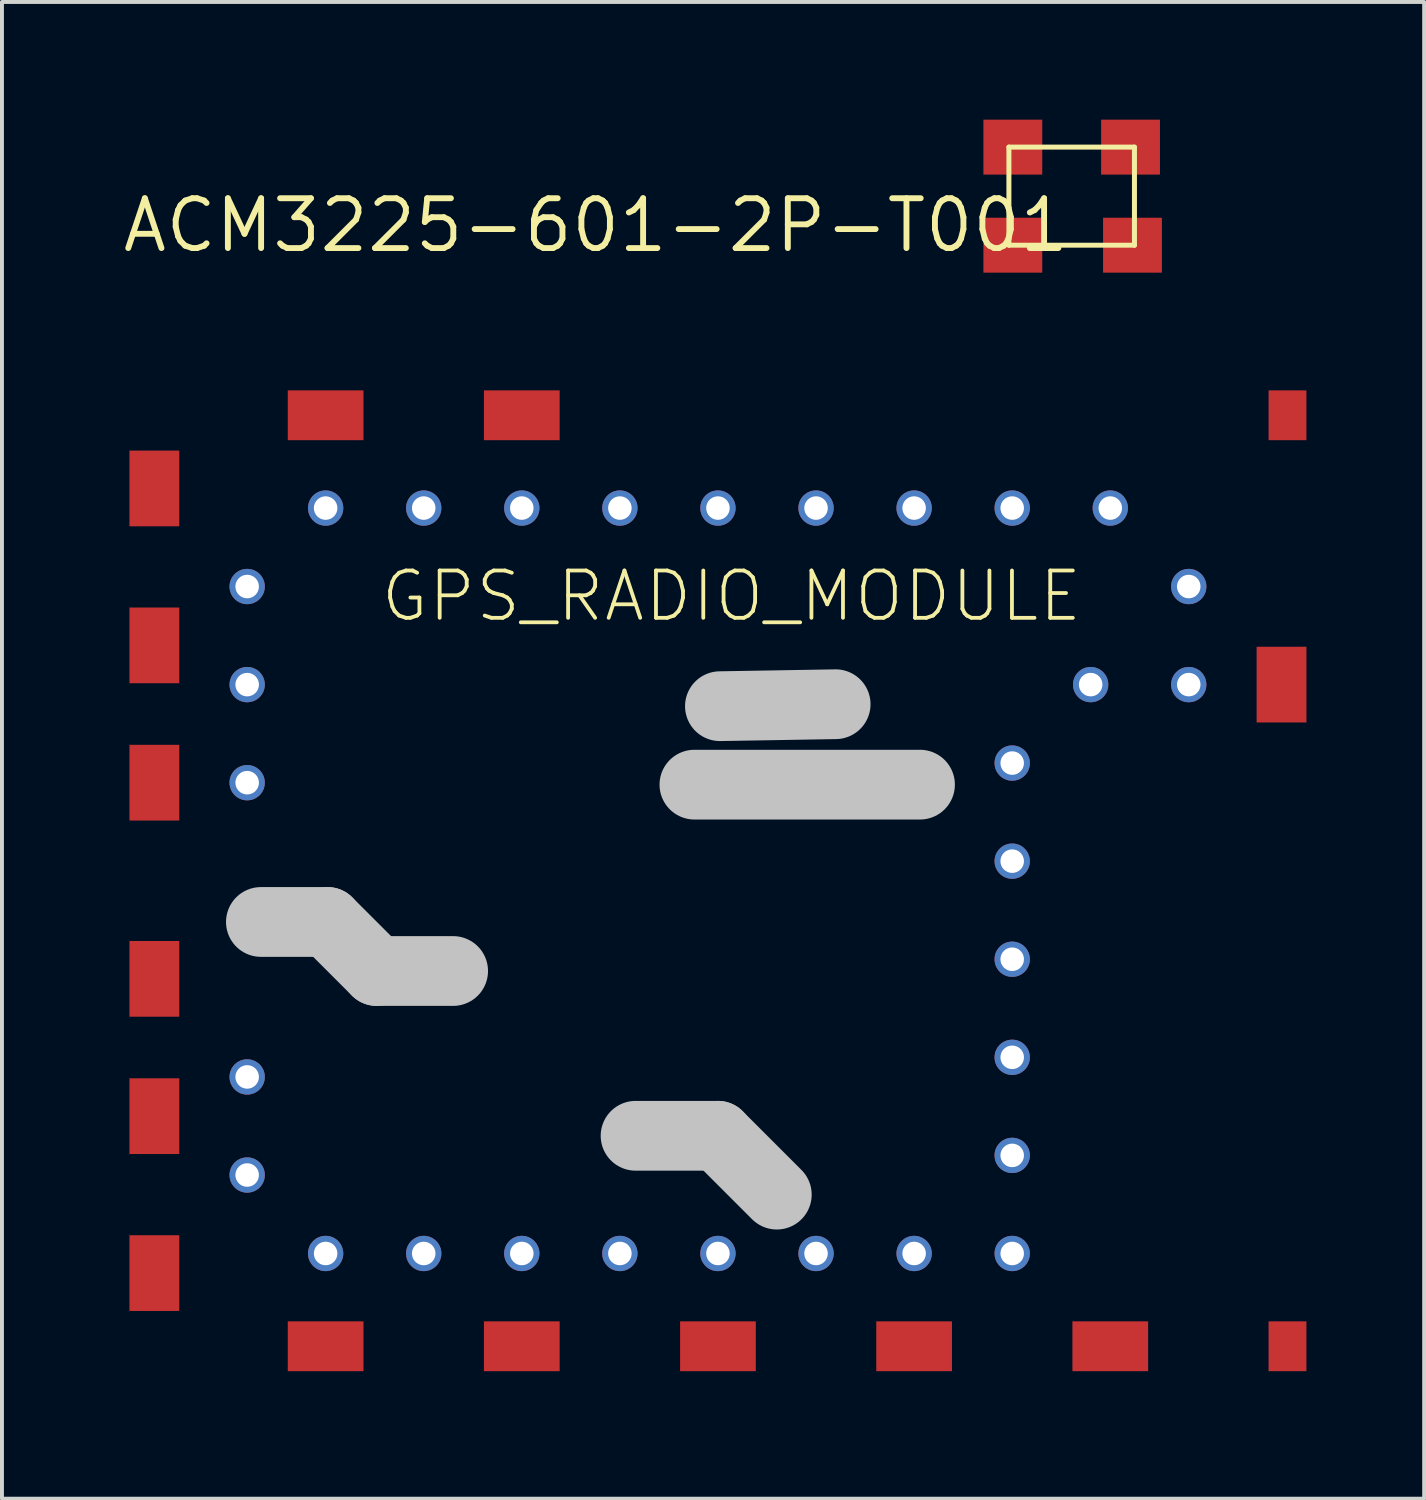
<source format=kicad_pcb>
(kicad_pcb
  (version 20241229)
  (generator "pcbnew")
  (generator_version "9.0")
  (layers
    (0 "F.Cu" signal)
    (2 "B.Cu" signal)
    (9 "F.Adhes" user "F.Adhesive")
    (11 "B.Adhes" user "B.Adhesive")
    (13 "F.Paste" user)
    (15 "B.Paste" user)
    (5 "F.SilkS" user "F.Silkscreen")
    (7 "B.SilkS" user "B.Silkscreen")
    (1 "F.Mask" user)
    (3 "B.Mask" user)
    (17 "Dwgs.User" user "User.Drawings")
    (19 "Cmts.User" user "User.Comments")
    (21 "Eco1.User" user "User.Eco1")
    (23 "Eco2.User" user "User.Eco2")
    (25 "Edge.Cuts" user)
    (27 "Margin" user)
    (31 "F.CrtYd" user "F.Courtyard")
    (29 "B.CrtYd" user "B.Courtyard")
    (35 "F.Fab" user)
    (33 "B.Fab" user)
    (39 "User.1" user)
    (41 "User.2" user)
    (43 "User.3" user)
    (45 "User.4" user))
  (footprint "GPS_RADIO_MODULE"
    (layer "F.Cu")
    (at 0.25 31.9)
    (property "Reference" "GPS_RADIO_MODULE" (at 6.35 -19.05 0) (layer "F.SilkS") (effects (font (size 1.206 1.206) (thickness 0.097)) (justify left bottom)))
    (attr through_hole)
    (fp_line (start 5.05 -11.45) (end 3.35 -11.45) (stroke (width 1.778) (type solid)) (layer "Dwgs.User"))
    (fp_line (start 6.3 -10.2) (end 5.05 -11.45) (stroke (width 1.778) (type solid)) (layer "Dwgs.User"))
    (fp_line (start 8.25 -10.2) (end 6.3 -10.2) (stroke (width 1.778) (type solid)) (layer "Dwgs.User"))
    (fp_line (start 12.9 -6) (end 15 -6) (stroke (width 1.778) (type solid)) (layer "Dwgs.User"))
    (fp_line (start 14.4 -14.95) (end 20.15 -14.95) (stroke (width 1.778) (type solid)) (layer "Dwgs.User"))
    (fp_line (start 15 -6) (end 16.5 -4.5) (stroke (width 1.778) (type solid)) (layer "Dwgs.User"))
    (fp_line (start 18 -17) (end 15.05 -16.95) (stroke (width 1.778) (type solid)) (layer "Dwgs.User"))
    (pad "2V8@11" smd rect (at 0.635 -2.5 270) (size 1.93 1.27) (layers "F.Cu" "F.Mask" "F.Paste"))
    (pad "2V8@15" smd rect (at 0.635 -18.5 270) (size 1.93 1.27) (layers "F.Cu" "F.Mask" "F.Paste"))
    (pad "2V8@16" smd rect (at 0.635 -22.5 270) (size 1.93 1.27) (layers "F.Cu" "F.Mask" "F.Paste"))
    (pad "CKIN@13" smd rect (at 0.635 -10 270) (size 1.93 1.27) (layers "F.Cu" "F.Mask" "F.Paste"))
    (pad "DT@12" smd rect (at 0.635 -6.5 270) (size 1.93 1.27) (layers "F.Cu" "F.Mask" "F.Paste"))
    (pad "GND@1" smd rect (at 5 -24.365 180) (size 1.93 1.27) (layers "F.Cu" "F.Mask" "F.Paste"))
    (pad "GND@2" smd rect (at 10 -24.365 180) (size 1.93 1.27) (layers "F.Cu" "F.Mask" "F.Paste"))
    (pad "GND@3" smd rect (at 29.517 -24.365 180) (size 0.965 1.27) (layers "F.Cu" "F.Mask" "F.Paste"))
    (pad "GND@4" smd rect (at 29.365 -17.5 90) (size 1.93 1.27) (layers "F.Cu" "F.Mask" "F.Paste"))
    (pad "GND@5" smd rect (at 29.517 -0.635) (size 0.965 1.27) (layers "F.Cu" "F.Mask" "F.Paste"))
    (pad "GND@6" smd rect (at 25 -0.635) (size 1.93 1.27) (layers "F.Cu" "F.Mask" "F.Paste"))
    (pad "GND@7" smd rect (at 20 -0.635) (size 1.93 1.27) (layers "F.Cu" "F.Mask" "F.Paste"))
    (pad "GND@8" smd rect (at 15 -0.635) (size 1.93 1.27) (layers "F.Cu" "F.Mask" "F.Paste"))
    (pad "GND@9" smd rect (at 10 -0.635) (size 1.93 1.27) (layers "F.Cu" "F.Mask" "F.Paste"))
    (pad "GND@10" smd rect (at 5 -0.635) (size 1.93 1.27) (layers "F.Cu" "F.Mask" "F.Paste"))
    (pad "GND@14" smd rect (at 0.635 -15 270) (size 1.93 1.27) (layers "F.Cu" "F.Mask" "F.Paste"))
    (pad "V1" thru_hole circle (at 5 -22) (size 0.9 0.9) (drill 0.6) (layers "*.Cu" "*.Mask"))
    (pad "V2" thru_hole circle (at 7.5 -22) (size 0.9 0.9) (drill 0.6) (layers "*.Cu" "*.Mask"))
    (pad "V3" thru_hole circle (at 10 -22) (size 0.9 0.9) (drill 0.6) (layers "*.Cu" "*.Mask"))
    (pad "V4" thru_hole circle (at 12.5 -22) (size 0.9 0.9) (drill 0.6) (layers "*.Cu" "*.Mask"))
    (pad "V5" thru_hole circle (at 15 -22) (size 0.9 0.9) (drill 0.6) (layers "*.Cu" "*.Mask"))
    (pad "V6" thru_hole circle (at 17.5 -22) (size 0.9 0.9) (drill 0.6) (layers "*.Cu" "*.Mask"))
    (pad "V7" thru_hole circle (at 20 -22) (size 0.9 0.9) (drill 0.6) (layers "*.Cu" "*.Mask"))
    (pad "V8" thru_hole circle (at 22.5 -22) (size 0.9 0.9) (drill 0.6) (layers "*.Cu" "*.Mask"))
    (pad "V9" thru_hole circle (at 25 -22) (size 0.9 0.9) (drill 0.6) (layers "*.Cu" "*.Mask"))
    (pad "V10" thru_hole circle (at 27 -20) (size 0.9 0.9) (drill 0.6) (layers "*.Cu" "*.Mask"))
    (pad "V11" thru_hole circle (at 27 -17.5) (size 0.9 0.9) (drill 0.6) (layers "*.Cu" "*.Mask"))
    (pad "V12" thru_hole circle (at 24.5 -17.5) (size 0.9 0.9) (drill 0.6) (layers "*.Cu" "*.Mask"))
    (pad "V13" thru_hole circle (at 22.5 -15.5) (size 0.9 0.9) (drill 0.6) (layers "*.Cu" "*.Mask"))
    (pad "V14" thru_hole circle (at 22.5 -13) (size 0.9 0.9) (drill 0.6) (layers "*.Cu" "*.Mask"))
    (pad "V15" thru_hole circle (at 22.5 -10.5) (size 0.9 0.9) (drill 0.6) (layers "*.Cu" "*.Mask"))
    (pad "V16" thru_hole circle (at 22.5 -8) (size 0.9 0.9) (drill 0.6) (layers "*.Cu" "*.Mask"))
    (pad "V17" thru_hole circle (at 22.5 -5.5) (size 0.9 0.9) (drill 0.6) (layers "*.Cu" "*.Mask"))
    (pad "V18" thru_hole circle (at 22.5 -3) (size 0.9 0.9) (drill 0.6) (layers "*.Cu" "*.Mask"))
    (pad "V19" thru_hole circle (at 20 -3) (size 0.9 0.9) (drill 0.6) (layers "*.Cu" "*.Mask"))
    (pad "V20" thru_hole circle (at 17.5 -3) (size 0.9 0.9) (drill 0.6) (layers "*.Cu" "*.Mask"))
    (pad "V21" thru_hole circle (at 15 -3) (size 0.9 0.9) (drill 0.6) (layers "*.Cu" "*.Mask"))
    (pad "V22" thru_hole circle (at 12.5 -3) (size 0.9 0.9) (drill 0.6) (layers "*.Cu" "*.Mask"))
    (pad "V23" thru_hole circle (at 10 -3) (size 0.9 0.9) (drill 0.6) (layers "*.Cu" "*.Mask"))
    (pad "V24" thru_hole circle (at 7.5 -3) (size 0.9 0.9) (drill 0.6) (layers "*.Cu" "*.Mask"))
    (pad "V25" thru_hole circle (at 5 -3) (size 0.9 0.9) (drill 0.6) (layers "*.Cu" "*.Mask"))
    (pad "V26" thru_hole circle (at 3 -5) (size 0.9 0.9) (drill 0.6) (layers "*.Cu" "*.Mask"))
    (pad "V27" thru_hole circle (at 3 -7.5) (size 0.9 0.9) (drill 0.6) (layers "*.Cu" "*.Mask"))
    (pad "V28" thru_hole circle (at 3 -15) (size 0.9 0.9) (drill 0.6) (layers "*.Cu" "*.Mask"))
    (pad "V29" thru_hole circle (at 3 -17.5) (size 0.9 0.9) (drill 0.6) (layers "*.Cu" "*.Mask"))
    (pad "V30" thru_hole circle (at 3 -20) (size 0.9 0.9) (drill 0.6) (layers "*.Cu" "*.Mask")))
  (footprint "ACM3225-601-2P-T001"
    (layer "F.Cu")
    (at 24.266 1.95)
    (property "Reference" "ACM3225-601-2P-T001" (at 0 0 0) (layer "F.SilkS") (effects (font (size 1.27 1.27) (thickness 0.15)) (justify right top)))
    (attr through_hole)
    (fp_line (start -1.6 -1.25) (end -1.6 1.25) (stroke (width 0.127) (type solid)) (layer "F.SilkS"))
    (fp_line (start -1.6 1.25) (end 1.6 1.25) (stroke (width 0.127) (type solid)) (layer "F.SilkS"))
    (fp_line (start 1.6 -1.25) (end -1.6 -1.25) (stroke (width 0.127) (type solid)) (layer "F.SilkS"))
    (fp_line (start 1.6 1.25) (end 1.6 -1.25) (stroke (width 0.127) (type solid)) (layer "F.SilkS"))
    (pad "1" smd rect (at -1.5 -1.25) (size 1.5 1.4) (layers "F.Cu" "F.Mask" "F.Paste"))
    (pad "2" smd rect (at -1.5 1.25) (size 1.5 1.4) (layers "F.Cu" "F.Mask" "F.Paste"))
    (pad "3" smd rect (at 1.55 1.25) (size 1.5 1.4) (layers "F.Cu" "F.Mask" "F.Paste"))
    (pad "4" smd rect (at 1.5 -1.25) (size 1.5 1.4) (layers "F.Cu" "F.Mask" "F.Paste")))
  (gr_rect
    (start -3 -3)
    (end 33.25 35.15)
    (stroke (width 0.1) (type default))
    (fill no)
    (layer "Edge.Cuts")))
</source>
